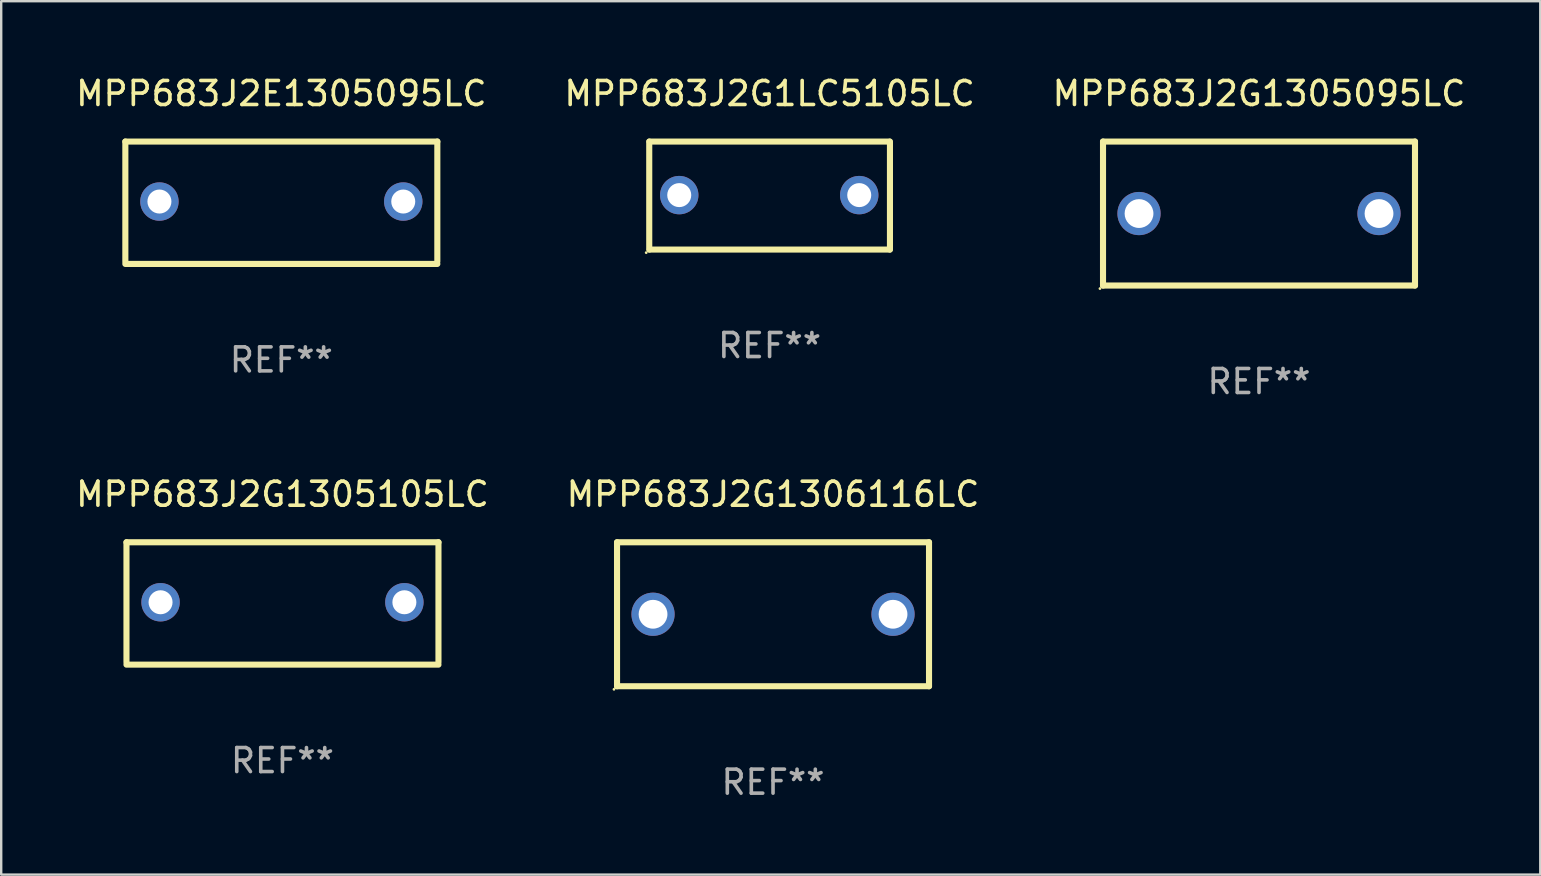
<source format=kicad_pcb>
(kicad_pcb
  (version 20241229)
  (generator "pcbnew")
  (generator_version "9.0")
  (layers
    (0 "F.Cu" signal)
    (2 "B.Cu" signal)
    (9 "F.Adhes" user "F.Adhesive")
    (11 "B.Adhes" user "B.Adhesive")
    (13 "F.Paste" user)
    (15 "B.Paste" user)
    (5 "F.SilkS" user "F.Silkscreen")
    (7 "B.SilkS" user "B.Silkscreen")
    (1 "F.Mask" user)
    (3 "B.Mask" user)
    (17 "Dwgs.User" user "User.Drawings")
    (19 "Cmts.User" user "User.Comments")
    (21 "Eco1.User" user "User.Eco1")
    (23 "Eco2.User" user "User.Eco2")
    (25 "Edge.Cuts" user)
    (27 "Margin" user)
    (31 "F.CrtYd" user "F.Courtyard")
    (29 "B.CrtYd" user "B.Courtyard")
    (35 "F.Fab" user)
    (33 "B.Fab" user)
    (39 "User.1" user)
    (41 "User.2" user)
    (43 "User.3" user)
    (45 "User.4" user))
  (footprint "MPP683J2G1306116LC"
    (layer "F.Cu")
    (at 29.161 22.545)
    (property "Reference" "MPP683J2G1306116LC" (at 0 -5 0) (layer "F.SilkS") (effects (font (size 1 1) (thickness 0.15))))
    (attr through_hole)
    (fp_line (start -6.5 -3) (end 6.5 -3) (stroke (width 0.254) (type solid)) (layer "F.SilkS"))
    (fp_line (start -6.5 3) (end -6.5 -3) (stroke (width 0.254) (type solid)) (layer "F.SilkS"))
    (fp_line (start -6.5 3) (end 6.5 3) (stroke (width 0.254) (type solid)) (layer "F.SilkS"))
    (fp_line (start 6.5 -3) (end 6.5 3) (stroke (width 0.254) (type solid)) (layer "F.SilkS"))
    (fp_circle (center -6.627 3.127) (end -6.597 3.127) (stroke (width 0.06) (type solid)) (fill no) (layer "F.SilkS"))
    (fp_text user "REF**" (at 0 7 0) (layer "F.Fab") (effects (font (size 1 1) (thickness 0.15))))
    (pad "1" thru_hole circle (at -5 0) (size 1.8 1.8) (drill 1.2) (layers "*.Cu" "*.Mask"))
    (pad "2" thru_hole circle (at 5 0) (size 1.8 1.8) (drill 1.2) (layers "*.Cu" "*.Mask")))
  (footprint "MPP683J2E1305095LC"
    (layer "F.Cu")
    (at 8.673 5.398)
    (property "Reference" "MPP683J2E1305095LC" (at 0 -4.55 0) (layer "F.SilkS") (effects (font (size 1 1) (thickness 0.15))))
    (attr through_hole)
    (fp_line (start -6.5 -2.55) (end 6.5 -2.55) (stroke (width 0.254) (type solid)) (layer "F.SilkS"))
    (fp_line (start -6.5 2.45) (end -6.5 -2.55) (stroke (width 0.254) (type solid)) (layer "F.SilkS"))
    (fp_line (start 6.5 -2.55) (end 6.5 2.45) (stroke (width 0.254) (type solid)) (layer "F.SilkS"))
    (fp_line (start 6.5 2.55) (end -6.5 2.55) (stroke (width 0.254) (type solid)) (layer "F.SilkS"))
    (fp_circle (center -6.5 2.45) (end -6.47 2.45) (stroke (width 0.06) (type solid)) (fill no) (layer "F.SilkS"))
    (fp_text user "REF**" (at 0 6.55 0) (layer "F.Fab") (effects (font (size 1 1) (thickness 0.15))))
    (pad "1" thru_hole circle (at -5.08 -0.05) (size 1.6 1.6) (drill 1) (layers "*.Cu" "*.Mask"))
    (pad "2" thru_hole circle (at 5.08 -0.05) (size 1.6 1.6) (drill 1) (layers "*.Cu" "*.Mask")))
  (footprint "MPP683J2G1305095LC"
    (layer "F.Cu")
    (at 49.411 5.848)
    (property "Reference" "MPP683J2G1305095LC" (at 0 -5 0) (layer "F.SilkS") (effects (font (size 1 1) (thickness 0.15))))
    (attr through_hole)
    (fp_line (start -6.5 -3) (end 6.5 -3) (stroke (width 0.254) (type solid)) (layer "F.SilkS"))
    (fp_line (start -6.5 3) (end -6.5 -3) (stroke (width 0.254) (type solid)) (layer "F.SilkS"))
    (fp_line (start -6.5 3) (end 6.5 3) (stroke (width 0.254) (type solid)) (layer "F.SilkS"))
    (fp_line (start 6.5 -3) (end 6.5 3) (stroke (width 0.254) (type solid)) (layer "F.SilkS"))
    (fp_circle (center -6.627 3.127) (end -6.597 3.127) (stroke (width 0.06) (type solid)) (fill no) (layer "F.SilkS"))
    (fp_text user "REF**" (at 0 7 0) (layer "F.Fab") (effects (font (size 1 1) (thickness 0.15))))
    (pad "1" thru_hole circle (at -5 0) (size 1.8 1.8) (drill 1.2) (layers "*.Cu" "*.Mask"))
    (pad "2" thru_hole circle (at 5 0) (size 1.8 1.8) (drill 1.2) (layers "*.Cu" "*.Mask")))
  (footprint "MPP683J2G1LC5105LC"
    (layer "F.Cu")
    (at 29.018 5.099)
    (property "Reference" "MPP683J2G1LC5105LC" (at 0 -4.251 0) (layer "F.SilkS") (effects (font (size 1 1) (thickness 0.15))))
    (attr through_hole)
    (fp_line (start -5.015 2.25) (end -5.015 -2.251) (stroke (width 0.254) (type solid)) (layer "F.SilkS"))
    (fp_line (start -5.005 -2.25) (end 4.995 -2.25) (stroke (width 0.254) (type solid)) (layer "F.SilkS"))
    (fp_line (start 5.005 2.25) (end -4.995 2.25) (stroke (width 0.254) (type solid)) (layer "F.SilkS"))
    (fp_line (start 5.015 -2.25) (end 5.015 2.251) (stroke (width 0.254) (type solid)) (layer "F.SilkS"))
    (fp_circle (center -5.142 2.378) (end -5.112 2.378) (stroke (width 0.06) (type solid)) (fill no) (layer "F.SilkS"))
    (fp_text user "REF**" (at 0 6.251 0) (layer "F.Fab") (effects (font (size 1 1) (thickness 0.15))))
    (pad "1" thru_hole circle (at -3.765 -0.019) (size 1.6 1.6) (drill 1) (layers "*.Cu" "*.Mask"))
    (pad "2" thru_hole circle (at 3.735 -0.019) (size 1.6 1.6) (drill 1) (layers "*.Cu" "*.Mask")))
  (footprint "MPP683J2G1305105LC"
    (layer "F.Cu")
    (at 8.72 22.095)
    (property "Reference" "MPP683J2G1305105LC" (at 0 -4.55 0) (layer "F.SilkS") (effects (font (size 1 1) (thickness 0.15))))
    (attr through_hole)
    (fp_line (start -6.5 -2.55) (end 6.5 -2.55) (stroke (width 0.254) (type solid)) (layer "F.SilkS"))
    (fp_line (start -6.5 2.45) (end -6.5 -2.55) (stroke (width 0.254) (type solid)) (layer "F.SilkS"))
    (fp_line (start 6.5 -2.55) (end 6.5 2.45) (stroke (width 0.254) (type solid)) (layer "F.SilkS"))
    (fp_line (start 6.5 2.55) (end -6.5 2.55) (stroke (width 0.254) (type solid)) (layer "F.SilkS"))
    (fp_circle (center -6.5 2.45) (end -6.47 2.45) (stroke (width 0.06) (type solid)) (fill no) (layer "F.SilkS"))
    (fp_text user "REF**" (at 0 6.55 0) (layer "F.Fab") (effects (font (size 1 1) (thickness 0.15))))
    (pad "1" thru_hole circle (at -5.08 -0.05) (size 1.6 1.6) (drill 1) (layers "*.Cu" "*.Mask"))
    (pad "2" thru_hole circle (at 5.08 -0.05) (size 1.6 1.6) (drill 1) (layers "*.Cu" "*.Mask")))
  (gr_rect
    (start -3 -3)
    (end 61.131 33.393)
    (stroke (width 0.1) (type default))
    (fill no)
    (layer "Edge.Cuts")))
</source>
